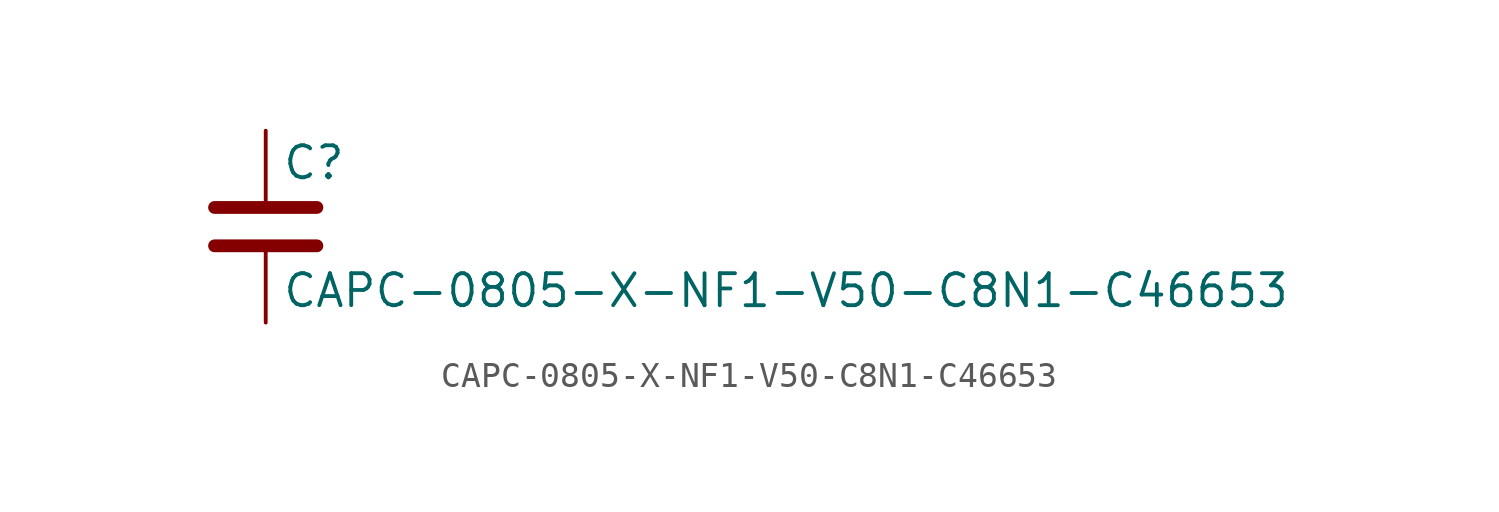
<source format=kicad_sym>
(kicad_symbol_lib
  (version 20211014)
  (generator kicad_symbol_editor)
  (symbol "CAPC-0805-X-NF1-V50-C8N1-C46653"
    (pin_numbers hide)
    (pin_names
      (offset 0.254))
    (property "Reference" "C"
      (at 0.635 2.54 0)
      (effects (font (size 1.27 1.27)) (justify left)))
    (property "Value" "CAPC-0805-X-NF1-V50-C8N1-C46653"
      (at 0.635 -2.54 0)
      (effects (font (size 1.27 1.27)) (justify left)))
    (symbol "CAPC-0805-X-NF1-V50-C8N1-C46653_0_1"
      (polyline (pts (xy -2.032 -0.762) (xy 2.032 -0.762)) (stroke (width 0.508) (type default) (color 0 0 0 0)) (fill (type none)))
      (polyline (pts (xy -2.032 0.762) (xy 2.032 0.762)) (stroke (width 0.508) (type default) (color 0 0 0 0)) (fill (type none))))
    (symbol "CAPC-0805-X-NF1-V50-C8N1-C46653_1_1"
      (pin passive line (at 0 3.81 270) (length 2.794) (name "~" (effects (font (size 1.27 1.27)))) (number "1" (effects (font (size 1.27 1.27)))))
      (pin passive line (at 0 -3.81 90) (length 2.794) (name "~" (effects (font (size 1.27 1.27)))) (number "2" (effects (font (size 1.27 1.27))))))))
</source>
